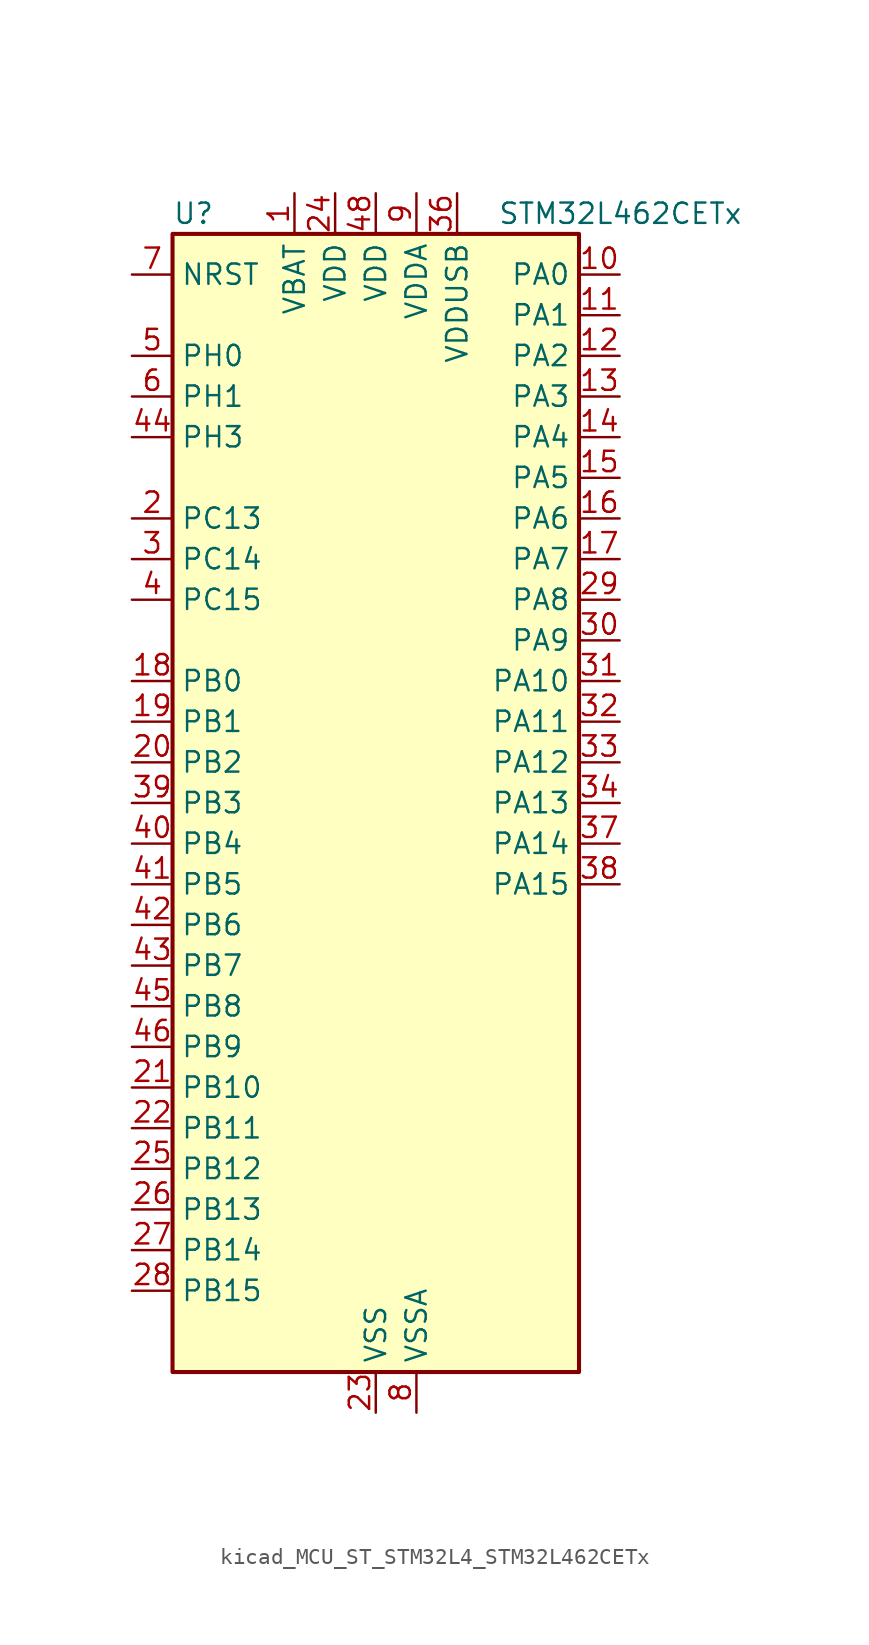
<source format=kicad_sym>
(kicad_symbol_lib
  (version 20220914)
  (generator kicad_symbol_editor)
  (symbol "kicad_MCU_ST_STM32L4_STM32L462CETx"
    (property "Reference" "U"
      (at -12.7 36.83 0)
      (effects (font (size 1.27 1.27)) (justify left)))
    (property "Value" "STM32L462CETx"
      (at 7.62 36.83 0)
      (effects (font (size 1.27 1.27)) (justify left)))
    (property "ki_locked" ""
      (at 0 0 0)
      (effects (font (size 1.27 1.27))))
    (symbol "kicad_MCU_ST_STM32L4_STM32L462CETx_0_1"
      (rectangle (start -12.7 -35.56) (end 12.7 35.56) (stroke (width 0.254) (type default)) (fill (type background))))
    (symbol "kicad_MCU_ST_STM32L4_STM32L462CETx_1_1"
      (pin power_in line (at -5.08 38.1 270) (length 2.54) (name "VBAT" (effects (font (size 1.27 1.27)))) (number "1" (effects (font (size 1.27 1.27)))))
      (pin bidirectional line (at 15.24 33.02 180) (length 2.54) (name "PA0" (effects (font (size 1.27 1.27)))) (number "10" (effects (font (size 1.27 1.27)))) (alternate "ADC1_IN5" bidirectional line) (alternate "COMP1_INM" bidirectional line) (alternate "COMP1_OUT" bidirectional line) (alternate "OPAMP1_VINP" bidirectional line) (alternate "RTC_TAMP2" bidirectional line) (alternate "SAI1_EXTCLK" bidirectional line) (alternate "SYS_WKUP1" bidirectional line) (alternate "TIM2_CH1" bidirectional line) (alternate "TIM2_ETR" bidirectional line) (alternate "UART4_TX" bidirectional line) (alternate "USART2_CTS" bidirectional line))
      (pin bidirectional line (at 15.24 30.48 180) (length 2.54) (name "PA1" (effects (font (size 1.27 1.27)))) (number "11" (effects (font (size 1.27 1.27)))) (alternate "ADC1_IN6" bidirectional line) (alternate "COMP1_INP" bidirectional line) (alternate "I2C1_SMBA" bidirectional line) (alternate "OPAMP1_VINM" bidirectional line) (alternate "SPI1_SCK" bidirectional line) (alternate "TIM15_CH1N" bidirectional line) (alternate "TIM2_CH2" bidirectional line) (alternate "UART4_RX" bidirectional line) (alternate "USART2_DE" bidirectional line) (alternate "USART2_RTS" bidirectional line))
      (pin bidirectional line (at 15.24 27.94 180) (length 2.54) (name "PA2" (effects (font (size 1.27 1.27)))) (number "12" (effects (font (size 1.27 1.27)))) (alternate "ADC1_IN7" bidirectional line) (alternate "COMP2_INM" bidirectional line) (alternate "COMP2_OUT" bidirectional line) (alternate "LPUART1_TX" bidirectional line) (alternate "QUADSPI_BK1_NCS" bidirectional line) (alternate "RCC_LSCO" bidirectional line) (alternate "SYS_WKUP4" bidirectional line) (alternate "TIM15_CH1" bidirectional line) (alternate "TIM2_CH3" bidirectional line) (alternate "USART2_TX" bidirectional line))
      (pin bidirectional line (at 15.24 25.4 180) (length 2.54) (name "PA3" (effects (font (size 1.27 1.27)))) (number "13" (effects (font (size 1.27 1.27)))) (alternate "ADC1_IN8" bidirectional line) (alternate "COMP2_INP" bidirectional line) (alternate "LPUART1_RX" bidirectional line) (alternate "OPAMP1_VOUT" bidirectional line) (alternate "QUADSPI_CLK" bidirectional line) (alternate "SAI1_MCLK_A" bidirectional line) (alternate "TIM15_CH2" bidirectional line) (alternate "TIM2_CH4" bidirectional line) (alternate "USART2_RX" bidirectional line))
      (pin bidirectional line (at 15.24 22.86 180) (length 2.54) (name "PA4" (effects (font (size 1.27 1.27)))) (number "14" (effects (font (size 1.27 1.27)))) (alternate "ADC1_IN9" bidirectional line) (alternate "COMP1_INM" bidirectional line) (alternate "COMP2_INM" bidirectional line) (alternate "DAC1_OUT1" bidirectional line) (alternate "LPTIM2_OUT" bidirectional line) (alternate "SAI1_FS_B" bidirectional line) (alternate "SPI1_NSS" bidirectional line) (alternate "SPI3_NSS" bidirectional line) (alternate "USART2_CK" bidirectional line))
      (pin bidirectional line (at 15.24 20.32 180) (length 2.54) (name "PA5" (effects (font (size 1.27 1.27)))) (number "15" (effects (font (size 1.27 1.27)))) (alternate "ADC1_IN10" bidirectional line) (alternate "COMP1_INM" bidirectional line) (alternate "COMP2_INM" bidirectional line) (alternate "DFSDM1_CKOUT" bidirectional line) (alternate "LPTIM2_ETR" bidirectional line) (alternate "SPI1_SCK" bidirectional line) (alternate "TIM2_CH1" bidirectional line) (alternate "TIM2_ETR" bidirectional line))
      (pin bidirectional line (at 15.24 17.78 180) (length 2.54) (name "PA6" (effects (font (size 1.27 1.27)))) (number "16" (effects (font (size 1.27 1.27)))) (alternate "ADC1_IN11" bidirectional line) (alternate "COMP1_OUT" bidirectional line) (alternate "LPUART1_CTS" bidirectional line) (alternate "QUADSPI_BK1_IO3" bidirectional line) (alternate "SPI1_MISO" bidirectional line) (alternate "TIM16_CH1" bidirectional line) (alternate "TIM1_BKIN" bidirectional line) (alternate "TIM1_BKIN_COMP2" bidirectional line) (alternate "TIM3_CH1" bidirectional line) (alternate "USART3_CTS" bidirectional line))
      (pin bidirectional line (at 15.24 15.24 180) (length 2.54) (name "PA7" (effects (font (size 1.27 1.27)))) (number "17" (effects (font (size 1.27 1.27)))) (alternate "ADC1_IN12" bidirectional line) (alternate "COMP2_OUT" bidirectional line) (alternate "DFSDM1_DATIN0" bidirectional line) (alternate "I2C3_SCL" bidirectional line) (alternate "QUADSPI_BK1_IO2" bidirectional line) (alternate "SPI1_MOSI" bidirectional line) (alternate "TIM1_CH1N" bidirectional line) (alternate "TIM3_CH2" bidirectional line))
      (pin bidirectional line (at -15.24 7.62 0) (length 2.54) (name "PB0" (effects (font (size 1.27 1.27)))) (number "18" (effects (font (size 1.27 1.27)))) (alternate "ADC1_IN15" bidirectional line) (alternate "COMP1_OUT" bidirectional line) (alternate "DFSDM1_CKIN0" bidirectional line) (alternate "QUADSPI_BK1_IO1" bidirectional line) (alternate "SAI1_EXTCLK" bidirectional line) (alternate "SPI1_NSS" bidirectional line) (alternate "TIM1_CH2N" bidirectional line) (alternate "TIM3_CH3" bidirectional line) (alternate "USART3_CK" bidirectional line))
      (pin bidirectional line (at -15.24 5.08 0) (length 2.54) (name "PB1" (effects (font (size 1.27 1.27)))) (number "19" (effects (font (size 1.27 1.27)))) (alternate "ADC1_IN16" bidirectional line) (alternate "COMP1_INM" bidirectional line) (alternate "DFSDM1_DATIN0" bidirectional line) (alternate "LPTIM2_IN1" bidirectional line) (alternate "LPUART1_DE" bidirectional line) (alternate "LPUART1_RTS" bidirectional line) (alternate "QUADSPI_BK1_IO0" bidirectional line) (alternate "TIM1_CH3N" bidirectional line) (alternate "TIM3_CH4" bidirectional line) (alternate "USART3_DE" bidirectional line) (alternate "USART3_RTS" bidirectional line))
      (pin bidirectional line (at -15.24 17.78 0) (length 2.54) (name "PC13" (effects (font (size 1.27 1.27)))) (number "2" (effects (font (size 1.27 1.27)))) (alternate "RTC_OUT_ALARM" bidirectional line) (alternate "RTC_OUT_CALIB" bidirectional line) (alternate "RTC_TAMP1" bidirectional line) (alternate "RTC_TS" bidirectional line) (alternate "SYS_WKUP2" bidirectional line))
      (pin bidirectional line (at -15.24 2.54 0) (length 2.54) (name "PB2" (effects (font (size 1.27 1.27)))) (number "20" (effects (font (size 1.27 1.27)))) (alternate "COMP1_INP" bidirectional line) (alternate "DFSDM1_CKIN0" bidirectional line) (alternate "I2C3_SMBA" bidirectional line) (alternate "LPTIM1_OUT" bidirectional line) (alternate "RTC_OUT_ALARM" bidirectional line) (alternate "RTC_OUT_CALIB" bidirectional line))
      (pin bidirectional line (at -15.24 -17.78 0) (length 2.54) (name "PB10" (effects (font (size 1.27 1.27)))) (number "21" (effects (font (size 1.27 1.27)))) (alternate "COMP1_OUT" bidirectional line) (alternate "I2C2_SCL" bidirectional line) (alternate "I2C4_SCL" bidirectional line) (alternate "LPUART1_RX" bidirectional line) (alternate "QUADSPI_CLK" bidirectional line) (alternate "SAI1_SCK_A" bidirectional line) (alternate "SPI2_SCK" bidirectional line) (alternate "TIM2_CH3" bidirectional line) (alternate "TSC_SYNC" bidirectional line) (alternate "USART3_TX" bidirectional line))
      (pin bidirectional line (at -15.24 -20.32 0) (length 2.54) (name "PB11" (effects (font (size 1.27 1.27)))) (number "22" (effects (font (size 1.27 1.27)))) (alternate "ADC1_EXTI11" bidirectional line) (alternate "COMP2_OUT" bidirectional line) (alternate "I2C2_SDA" bidirectional line) (alternate "I2C4_SDA" bidirectional line) (alternate "LPUART1_TX" bidirectional line) (alternate "QUADSPI_BK1_NCS" bidirectional line) (alternate "TIM2_CH4" bidirectional line) (alternate "USART3_RX" bidirectional line))
      (pin power_in line (at 0 -38.1 90) (length 2.54) (name "VSS" (effects (font (size 1.27 1.27)))) (number "23" (effects (font (size 1.27 1.27)))))
      (pin power_in line (at -2.54 38.1 270) (length 2.54) (name "VDD" (effects (font (size 1.27 1.27)))) (number "24" (effects (font (size 1.27 1.27)))))
      (pin bidirectional line (at -15.24 -22.86 0) (length 2.54) (name "PB12" (effects (font (size 1.27 1.27)))) (number "25" (effects (font (size 1.27 1.27)))) (alternate "CAN1_RX" bidirectional line) (alternate "DFSDM1_DATIN1" bidirectional line) (alternate "I2C2_SMBA" bidirectional line) (alternate "LPUART1_DE" bidirectional line) (alternate "LPUART1_RTS" bidirectional line) (alternate "SAI1_FS_A" bidirectional line) (alternate "SPI2_NSS" bidirectional line) (alternate "TIM15_BKIN" bidirectional line) (alternate "TIM1_BKIN" bidirectional line) (alternate "TIM1_BKIN_COMP2" bidirectional line) (alternate "TSC_G1_IO1" bidirectional line) (alternate "USART3_CK" bidirectional line))
      (pin bidirectional line (at -15.24 -25.4 0) (length 2.54) (name "PB13" (effects (font (size 1.27 1.27)))) (number "26" (effects (font (size 1.27 1.27)))) (alternate "CAN1_TX" bidirectional line) (alternate "DFSDM1_CKIN1" bidirectional line) (alternate "I2C2_SCL" bidirectional line) (alternate "LPUART1_CTS" bidirectional line) (alternate "SAI1_SCK_A" bidirectional line) (alternate "SPI2_SCK" bidirectional line) (alternate "TIM15_CH1N" bidirectional line) (alternate "TIM1_CH1N" bidirectional line) (alternate "TSC_G1_IO2" bidirectional line) (alternate "USART3_CTS" bidirectional line))
      (pin bidirectional line (at -15.24 -27.94 0) (length 2.54) (name "PB14" (effects (font (size 1.27 1.27)))) (number "27" (effects (font (size 1.27 1.27)))) (alternate "DFSDM1_DATIN2" bidirectional line) (alternate "I2C2_SDA" bidirectional line) (alternate "SAI1_MCLK_A" bidirectional line) (alternate "SPI2_MISO" bidirectional line) (alternate "TIM15_CH1" bidirectional line) (alternate "TIM1_CH2N" bidirectional line) (alternate "TSC_G1_IO3" bidirectional line) (alternate "USART3_DE" bidirectional line) (alternate "USART3_RTS" bidirectional line))
      (pin bidirectional line (at -15.24 -30.48 0) (length 2.54) (name "PB15" (effects (font (size 1.27 1.27)))) (number "28" (effects (font (size 1.27 1.27)))) (alternate "ADC1_EXTI15" bidirectional line) (alternate "DFSDM1_CKIN2" bidirectional line) (alternate "RTC_REFIN" bidirectional line) (alternate "SAI1_SD_A" bidirectional line) (alternate "SPI2_MOSI" bidirectional line) (alternate "TIM15_CH2" bidirectional line) (alternate "TIM1_CH3N" bidirectional line) (alternate "TSC_G1_IO4" bidirectional line))
      (pin bidirectional line (at 15.24 12.7 180) (length 2.54) (name "PA8" (effects (font (size 1.27 1.27)))) (number "29" (effects (font (size 1.27 1.27)))) (alternate "DFSDM1_CKIN1" bidirectional line) (alternate "LPTIM2_OUT" bidirectional line) (alternate "RCC_MCO" bidirectional line) (alternate "SAI1_SCK_A" bidirectional line) (alternate "TIM1_CH1" bidirectional line) (alternate "USART1_CK" bidirectional line))
      (pin bidirectional line (at -15.24 15.24 0) (length 2.54) (name "PC14" (effects (font (size 1.27 1.27)))) (number "3" (effects (font (size 1.27 1.27)))) (alternate "RCC_OSC32_IN" bidirectional line))
      (pin bidirectional line (at 15.24 10.16 180) (length 2.54) (name "PA9" (effects (font (size 1.27 1.27)))) (number "30" (effects (font (size 1.27 1.27)))) (alternate "DAC1_EXTI9" bidirectional line) (alternate "DFSDM1_DATIN1" bidirectional line) (alternate "I2C1_SCL" bidirectional line) (alternate "SAI1_FS_A" bidirectional line) (alternate "TIM15_BKIN" bidirectional line) (alternate "TIM1_CH2" bidirectional line) (alternate "USART1_TX" bidirectional line))
      (pin bidirectional line (at 15.24 7.62 180) (length 2.54) (name "PA10" (effects (font (size 1.27 1.27)))) (number "31" (effects (font (size 1.27 1.27)))) (alternate "CRS_SYNC" bidirectional line) (alternate "I2C1_SDA" bidirectional line) (alternate "SAI1_SD_A" bidirectional line) (alternate "TIM1_CH3" bidirectional line) (alternate "USART1_RX" bidirectional line))
      (pin bidirectional line (at 15.24 5.08 180) (length 2.54) (name "PA11" (effects (font (size 1.27 1.27)))) (number "32" (effects (font (size 1.27 1.27)))) (alternate "ADC1_EXTI11" bidirectional line) (alternate "CAN1_RX" bidirectional line) (alternate "COMP1_OUT" bidirectional line) (alternate "SPI1_MISO" bidirectional line) (alternate "TIM1_BKIN2" bidirectional line) (alternate "TIM1_BKIN2_COMP1" bidirectional line) (alternate "TIM1_CH4" bidirectional line) (alternate "USART1_CTS" bidirectional line) (alternate "USB_DM" bidirectional line))
      (pin bidirectional line (at 15.24 2.54 180) (length 2.54) (name "PA12" (effects (font (size 1.27 1.27)))) (number "33" (effects (font (size 1.27 1.27)))) (alternate "CAN1_TX" bidirectional line) (alternate "SPI1_MOSI" bidirectional line) (alternate "TIM1_ETR" bidirectional line) (alternate "USART1_DE" bidirectional line) (alternate "USART1_RTS" bidirectional line) (alternate "USB_DP" bidirectional line))
      (pin bidirectional line (at 15.24 0 180) (length 2.54) (name "PA13" (effects (font (size 1.27 1.27)))) (number "34" (effects (font (size 1.27 1.27)))) (alternate "IR_OUT" bidirectional line) (alternate "SAI1_SD_B" bidirectional line) (alternate "SYS_JTMS-SWDIO" bidirectional line) (alternate "USB_NOE" bidirectional line))
      (pin passive line (at 0 -38.1 90) (length 2.54) hide (name "VSS" (effects (font (size 1.27 1.27)))) (number "35" (effects (font (size 1.27 1.27)))))
      (pin power_in line (at 5.08 38.1 270) (length 2.54) (name "VDDUSB" (effects (font (size 1.27 1.27)))) (number "36" (effects (font (size 1.27 1.27)))))
      (pin bidirectional line (at 15.24 -2.54 180) (length 2.54) (name "PA14" (effects (font (size 1.27 1.27)))) (number "37" (effects (font (size 1.27 1.27)))) (alternate "I2C1_SMBA" bidirectional line) (alternate "I2C4_SMBA" bidirectional line) (alternate "LPTIM1_OUT" bidirectional line) (alternate "SAI1_FS_B" bidirectional line) (alternate "SYS_JTCK-SWCLK" bidirectional line))
      (pin bidirectional line (at 15.24 -5.08 180) (length 2.54) (name "PA15" (effects (font (size 1.27 1.27)))) (number "38" (effects (font (size 1.27 1.27)))) (alternate "ADC1_EXTI15" bidirectional line) (alternate "SPI1_NSS" bidirectional line) (alternate "SPI3_NSS" bidirectional line) (alternate "SYS_JTDI" bidirectional line) (alternate "TIM2_CH1" bidirectional line) (alternate "TIM2_ETR" bidirectional line) (alternate "UART4_DE" bidirectional line) (alternate "UART4_RTS" bidirectional line) (alternate "USART2_RX" bidirectional line) (alternate "USART3_DE" bidirectional line) (alternate "USART3_RTS" bidirectional line))
      (pin bidirectional line (at -15.24 0 0) (length 2.54) (name "PB3" (effects (font (size 1.27 1.27)))) (number "39" (effects (font (size 1.27 1.27)))) (alternate "COMP2_INM" bidirectional line) (alternate "SAI1_SCK_B" bidirectional line) (alternate "SPI1_SCK" bidirectional line) (alternate "SPI3_SCK" bidirectional line) (alternate "SYS_JTDO-SWO" bidirectional line) (alternate "TIM2_CH2" bidirectional line) (alternate "USART1_DE" bidirectional line) (alternate "USART1_RTS" bidirectional line))
      (pin bidirectional line (at -15.24 12.7 0) (length 2.54) (name "PC15" (effects (font (size 1.27 1.27)))) (number "4" (effects (font (size 1.27 1.27)))) (alternate "ADC1_EXTI15" bidirectional line) (alternate "RCC_OSC32_OUT" bidirectional line))
      (pin bidirectional line (at -15.24 -2.54 0) (length 2.54) (name "PB4" (effects (font (size 1.27 1.27)))) (number "40" (effects (font (size 1.27 1.27)))) (alternate "COMP2_INP" bidirectional line) (alternate "I2C3_SDA" bidirectional line) (alternate "SAI1_MCLK_B" bidirectional line) (alternate "SPI1_MISO" bidirectional line) (alternate "SPI3_MISO" bidirectional line) (alternate "SYS_JTRST" bidirectional line) (alternate "TIM3_CH1" bidirectional line) (alternate "TSC_G2_IO1" bidirectional line) (alternate "USART1_CTS" bidirectional line))
      (pin bidirectional line (at -15.24 -5.08 0) (length 2.54) (name "PB5" (effects (font (size 1.27 1.27)))) (number "41" (effects (font (size 1.27 1.27)))) (alternate "CAN1_RX" bidirectional line) (alternate "COMP2_OUT" bidirectional line) (alternate "I2C1_SMBA" bidirectional line) (alternate "LPTIM1_IN1" bidirectional line) (alternate "SAI1_SD_B" bidirectional line) (alternate "SPI1_MOSI" bidirectional line) (alternate "SPI3_MOSI" bidirectional line) (alternate "TIM16_BKIN" bidirectional line) (alternate "TIM3_CH2" bidirectional line) (alternate "TSC_G2_IO2" bidirectional line) (alternate "USART1_CK" bidirectional line))
      (pin bidirectional line (at -15.24 -7.62 0) (length 2.54) (name "PB6" (effects (font (size 1.27 1.27)))) (number "42" (effects (font (size 1.27 1.27)))) (alternate "CAN1_TX" bidirectional line) (alternate "COMP2_INP" bidirectional line) (alternate "I2C1_SCL" bidirectional line) (alternate "I2C4_SCL" bidirectional line) (alternate "LPTIM1_ETR" bidirectional line) (alternate "SAI1_FS_B" bidirectional line) (alternate "TIM16_CH1N" bidirectional line) (alternate "TSC_G2_IO3" bidirectional line) (alternate "USART1_TX" bidirectional line))
      (pin bidirectional line (at -15.24 -10.16 0) (length 2.54) (name "PB7" (effects (font (size 1.27 1.27)))) (number "43" (effects (font (size 1.27 1.27)))) (alternate "COMP2_INM" bidirectional line) (alternate "I2C1_SDA" bidirectional line) (alternate "I2C4_SDA" bidirectional line) (alternate "LPTIM1_IN2" bidirectional line) (alternate "SYS_PVD_IN" bidirectional line) (alternate "TSC_G2_IO4" bidirectional line) (alternate "UART4_CTS" bidirectional line) (alternate "USART1_RX" bidirectional line))
      (pin bidirectional line (at -15.24 22.86 0) (length 2.54) (name "PH3" (effects (font (size 1.27 1.27)))) (number "44" (effects (font (size 1.27 1.27)))))
      (pin bidirectional line (at -15.24 -12.7 0) (length 2.54) (name "PB8" (effects (font (size 1.27 1.27)))) (number "45" (effects (font (size 1.27 1.27)))) (alternate "CAN1_RX" bidirectional line) (alternate "I2C1_SCL" bidirectional line) (alternate "SAI1_MCLK_A" bidirectional line) (alternate "TIM16_CH1" bidirectional line))
      (pin bidirectional line (at -15.24 -15.24 0) (length 2.54) (name "PB9" (effects (font (size 1.27 1.27)))) (number "46" (effects (font (size 1.27 1.27)))) (alternate "CAN1_TX" bidirectional line) (alternate "DAC1_EXTI9" bidirectional line) (alternate "I2C1_SDA" bidirectional line) (alternate "IR_OUT" bidirectional line) (alternate "SAI1_FS_A" bidirectional line) (alternate "SPI2_NSS" bidirectional line))
      (pin passive line (at 0 -38.1 90) (length 2.54) hide (name "VSS" (effects (font (size 1.27 1.27)))) (number "47" (effects (font (size 1.27 1.27)))))
      (pin power_in line (at 0 38.1 270) (length 2.54) (name "VDD" (effects (font (size 1.27 1.27)))) (number "48" (effects (font (size 1.27 1.27)))))
      (pin bidirectional line (at -15.24 27.94 0) (length 2.54) (name "PH0" (effects (font (size 1.27 1.27)))) (number "5" (effects (font (size 1.27 1.27)))) (alternate "RCC_OSC_IN" bidirectional line))
      (pin bidirectional line (at -15.24 25.4 0) (length 2.54) (name "PH1" (effects (font (size 1.27 1.27)))) (number "6" (effects (font (size 1.27 1.27)))) (alternate "RCC_OSC_OUT" bidirectional line))
      (pin input line (at -15.24 33.02 0) (length 2.54) (name "NRST" (effects (font (size 1.27 1.27)))) (number "7" (effects (font (size 1.27 1.27)))))
      (pin power_in line (at 2.54 -38.1 90) (length 2.54) (name "VSSA" (effects (font (size 1.27 1.27)))) (number "8" (effects (font (size 1.27 1.27)))))
      (pin power_in line (at 2.54 38.1 270) (length 2.54) (name "VDDA" (effects (font (size 1.27 1.27)))) (number "9" (effects (font (size 1.27 1.27))))))))
</source>
